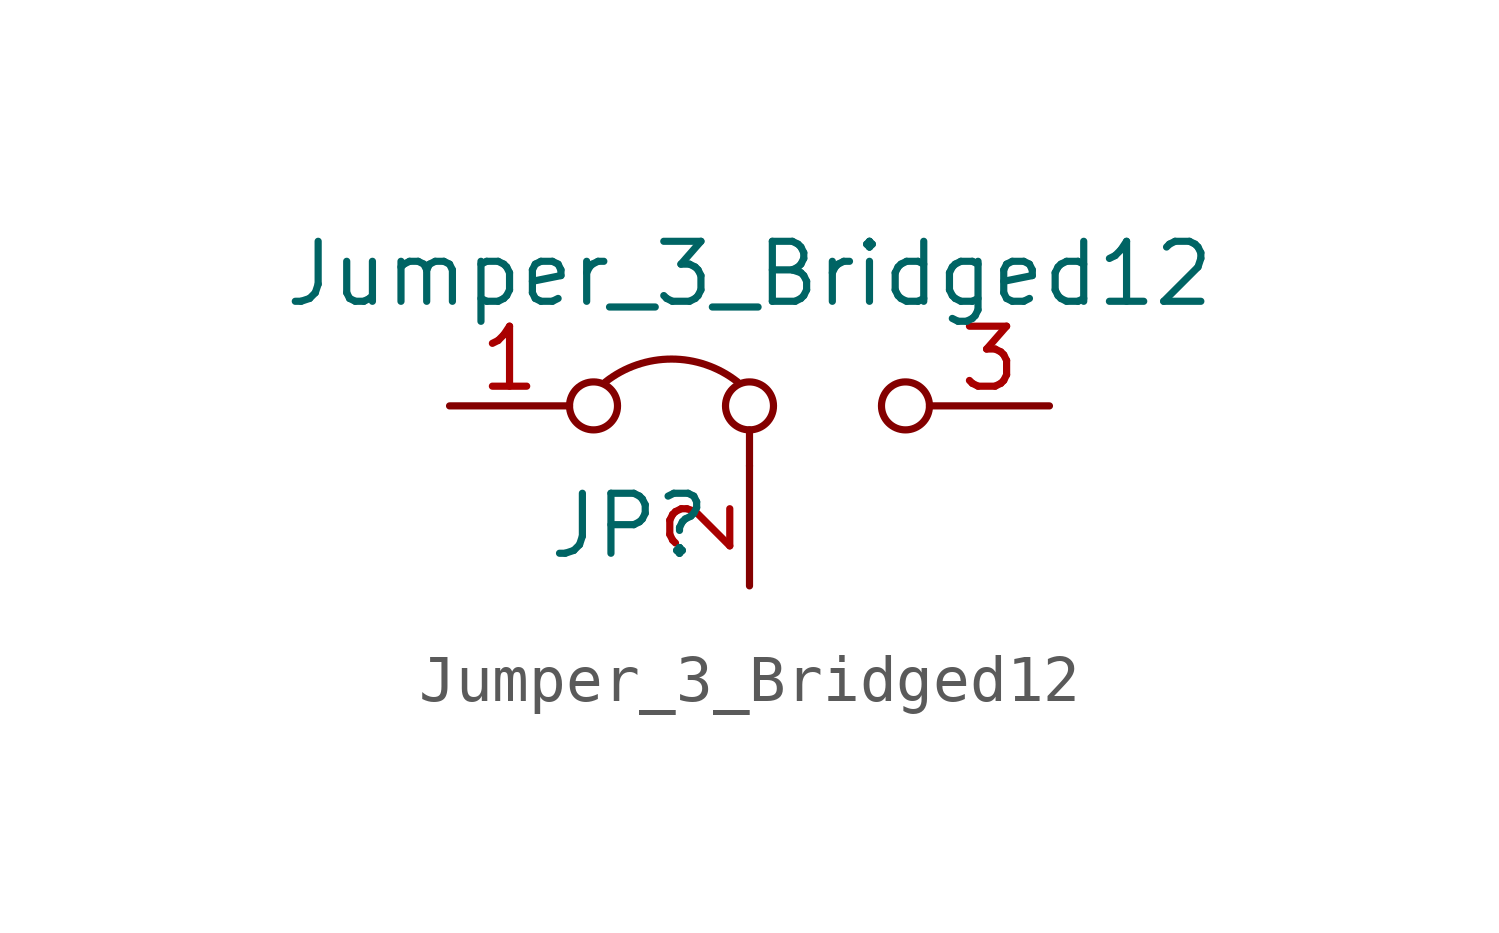
<source format=kicad_sym>
(kicad_symbol_lib
  (version 20211014)
  (generator kicad_symbol_editor)
  (symbol "Jumper_3_Bridged12"
    (pin_names
      (offset 0) hide)
    (property "Reference" "JP"
      (at -2.54 -2.54 0)
      (effects (font (size 1.27 1.27))))
    (property "Value" "Jumper_3_Bridged12"
      (at 0 2.794 0)
      (effects (font (size 1.27 1.27))))
    (symbol "Jumper_3_Bridged12_0_0"
      (circle (center -3.302 0) (radius 0.508) (stroke (width 0) (type default) (color 0 0 0 0)) (fill (type none)))
      (circle (center 0 0) (radius 0.508) (stroke (width 0) (type default) (color 0 0 0 0)) (fill (type none)))
      (circle (center 3.302 0) (radius 0.508) (stroke (width 0) (type default) (color 0 0 0 0)) (fill (type none))))
    (symbol "Jumper_3_Bridged12_0_1"
      (arc (start -0.254 0.508) (mid -1.651 0.9912) (end -3.048 0.508) (stroke (width 0) (type default) (color 0 0 0 0)) (fill (type none)))
      (polyline (pts (xy 0 -1.27) (xy 0 -0.508)) (stroke (width 0) (type default) (color 0 0 0 0)) (fill (type none))))
    (symbol "Jumper_3_Bridged12_1_1"
      (pin input line (at -6.35 0 0) (length 2.54) (name "A" (effects (font (size 1.27 1.27)))) (number "1" (effects (font (size 1.27 1.27)))))
      (pin output line (at 0 -3.81 90) (length 2.54) (name "C" (effects (font (size 1.27 1.27)))) (number "2" (effects (font (size 1.27 1.27)))))
      (pin input line (at 6.35 0 180) (length 2.54) (name "B" (effects (font (size 1.27 1.27)))) (number "3" (effects (font (size 1.27 1.27))))))))
</source>
